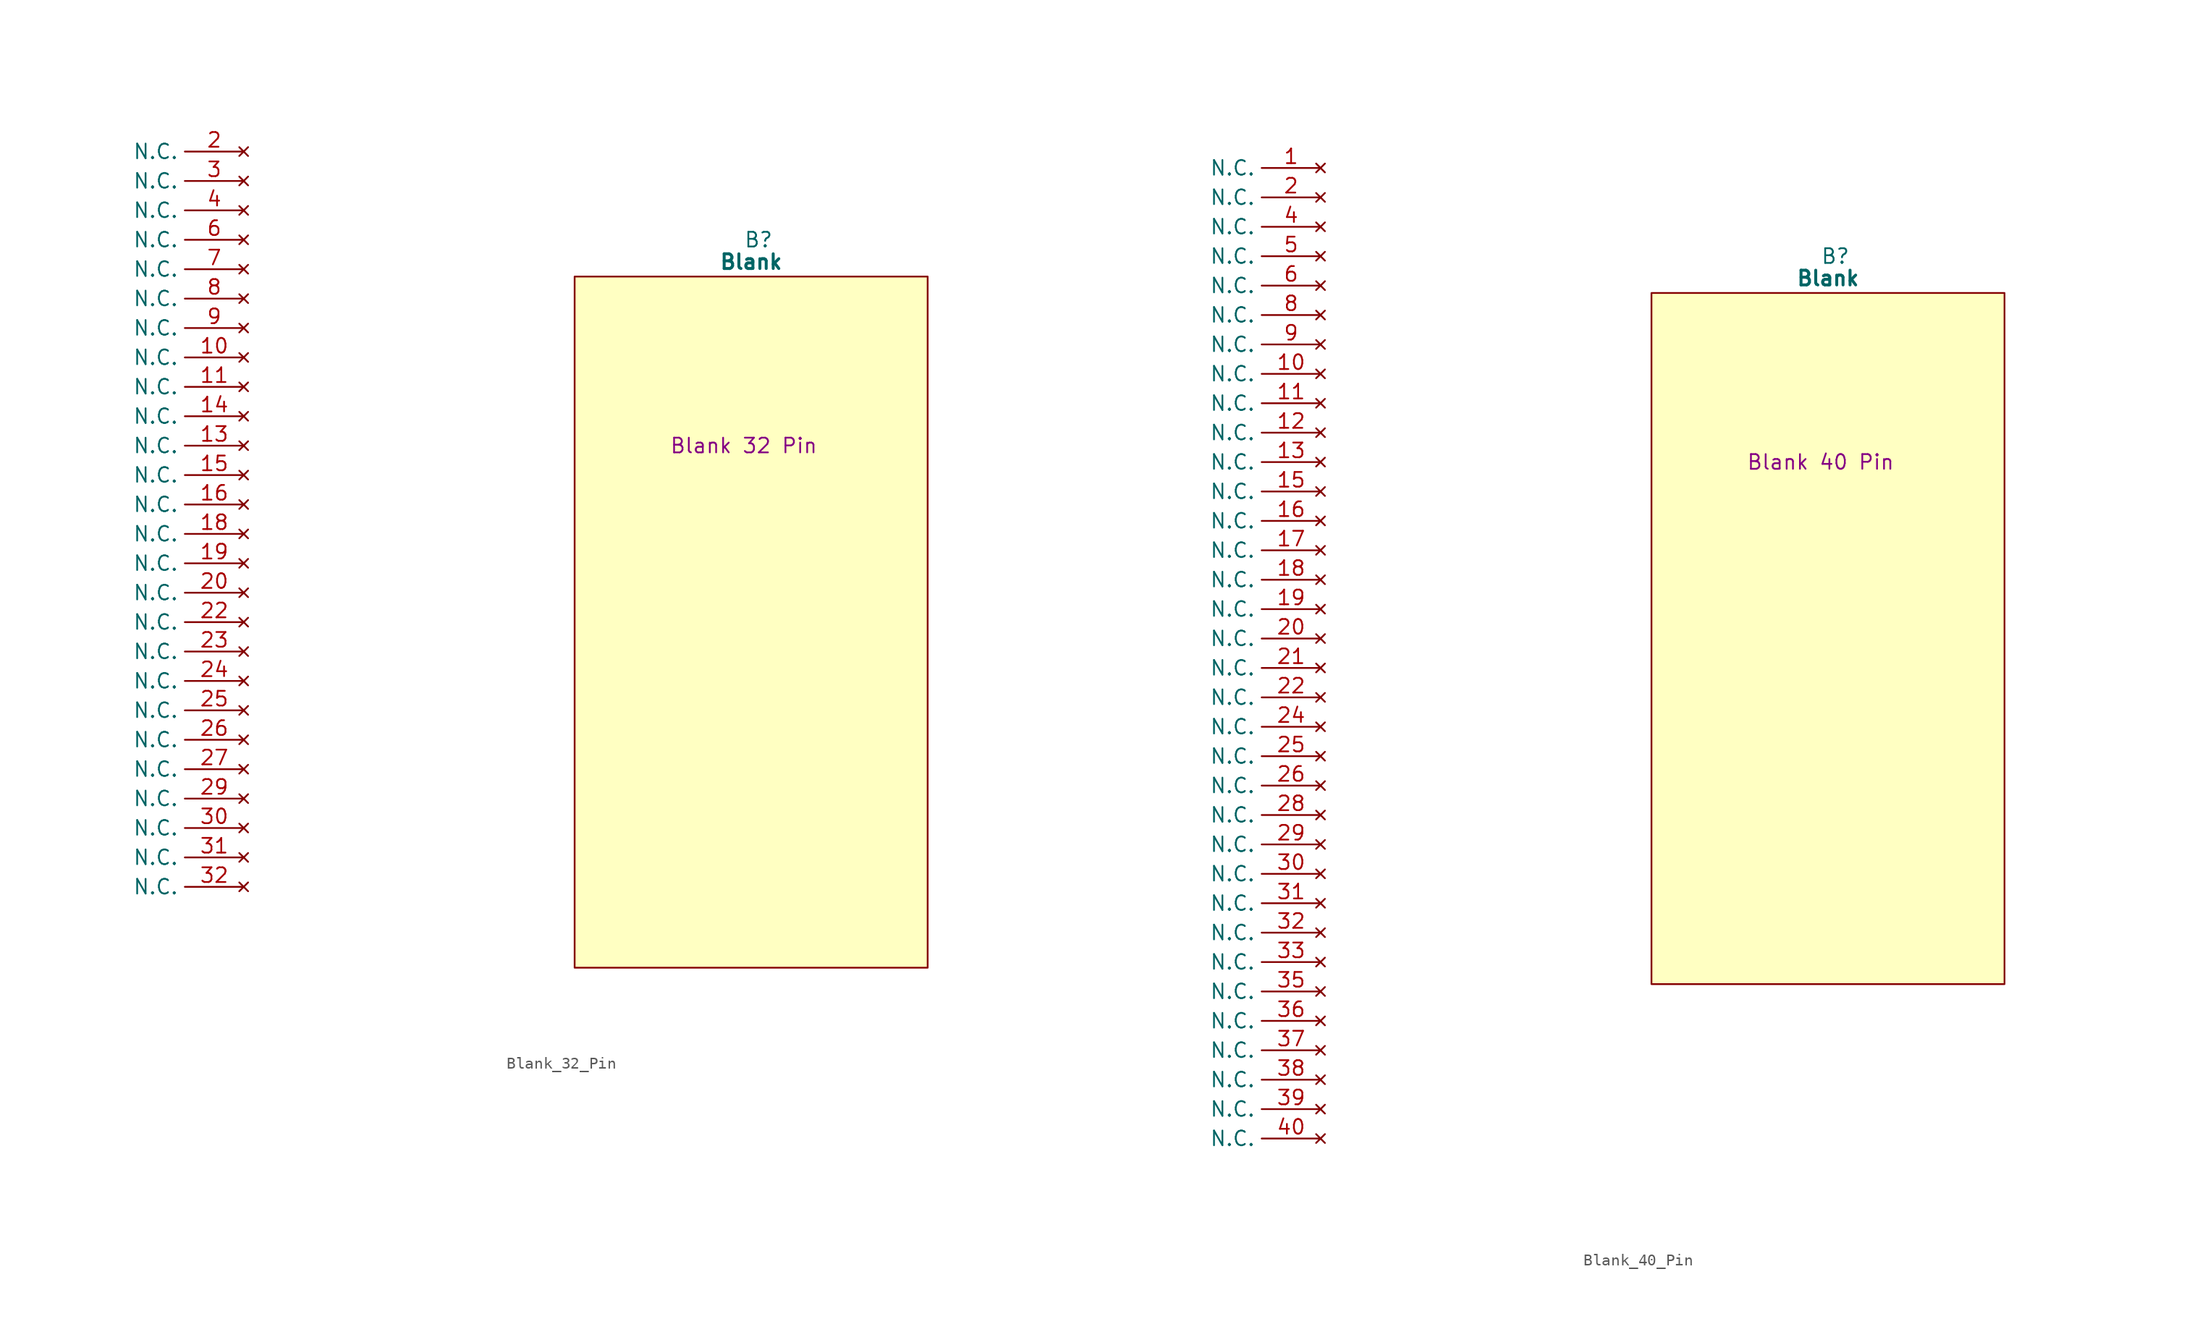
<source format=kicad_sym>
(kicad_symbol_lib
  (version 20220914)
  (generator kicad_symbol_editor)
  (symbol "Blank_32_Pin"
    (property "Reference" "B"
      (at 15.875 5.08 0)
      (effects (font (size 1.27 1.27))))
    (property "Value" "Blank"
      (at 15.24 3.175 0)
      (effects (font (size 1.27 1.27) bold)))
    (property "Description" "Blank 32 Pin"
      (at 14.605 -12.7 0)
      (effects (font (size 1.27 1.27))))
    (symbol "Blank_32_Pin_0_1"
      (polyline (pts (xy 0 1.905) (xy 30.48 1.905) (xy 30.48 -57.785) (xy 0 -57.785) (xy 0 1.905)) (stroke (width 0.152) (type default)) (fill (type background))))
    (symbol "Blank_32_Pin_1_0"
      (pin no_connect line (at -28.575 -50.8 180) (length 5.08) (name "N.C." (effects (font (size 1.27 1.27)))) (number "32" (effects (font (size 1.27 1.27))))))
    (symbol "Blank_32_Pin_1_1"
      (pin passive line (at -5.08 -53.34 0) (length 5.08) hide (name "5V" (effects (font (size 1.27 1.27)))) (number "1" (effects (font (size 1.27 1.27)))))
      (pin no_connect line (at -28.575 -5.08 180) (length 5.08) (name "N.C." (effects (font (size 1.27 1.27)))) (number "10" (effects (font (size 1.27 1.27)))))
      (pin no_connect line (at -28.575 -7.62 180) (length 5.08) (name "N.C." (effects (font (size 1.27 1.27)))) (number "11" (effects (font (size 1.27 1.27)))))
      (pin passive line (at 35.56 -2.54 180) (length 5.08) hide (name "GND" (effects (font (size 1.27 1.27)))) (number "12" (effects (font (size 1.27 1.27)))))
      (pin no_connect line (at -28.575 -12.7 180) (length 5.08) (name "N.C." (effects (font (size 1.27 1.27)))) (number "13" (effects (font (size 1.27 1.27)))))
      (pin no_connect line (at -28.575 -10.16 180) (length 5.08) (name "N.C." (effects (font (size 1.27 1.27)))) (number "14" (effects (font (size 1.27 1.27)))))
      (pin no_connect line (at -28.575 -15.24 180) (length 5.08) (name "N.C." (effects (font (size 1.27 1.27)))) (number "15" (effects (font (size 1.27 1.27)))))
      (pin no_connect line (at -28.575 -17.78 180) (length 5.08) (name "N.C." (effects (font (size 1.27 1.27)))) (number "16" (effects (font (size 1.27 1.27)))))
      (pin passive line (at -5.08 -55.88 0) (length 5.08) hide (name "5V" (effects (font (size 1.27 1.27)))) (number "17" (effects (font (size 1.27 1.27)))))
      (pin no_connect line (at -28.575 -20.32 180) (length 5.08) (name "N.C." (effects (font (size 1.27 1.27)))) (number "18" (effects (font (size 1.27 1.27)))))
      (pin no_connect line (at -28.575 -22.86 180) (length 5.08) (name "N.C." (effects (font (size 1.27 1.27)))) (number "19" (effects (font (size 1.27 1.27)))))
      (pin no_connect line (at -28.575 12.7 180) (length 5.08) (name "N.C." (effects (font (size 1.27 1.27)))) (number "2" (effects (font (size 1.27 1.27)))))
      (pin no_connect line (at -28.575 -25.4 180) (length 5.08) (name "N.C." (effects (font (size 1.27 1.27)))) (number "20" (effects (font (size 1.27 1.27)))))
      (pin passive line (at 35.56 -5.08 180) (length 5.08) hide (name "GND" (effects (font (size 1.27 1.27)))) (number "21" (effects (font (size 1.27 1.27)))))
      (pin no_connect line (at -28.575 -27.94 180) (length 5.08) (name "N.C." (effects (font (size 1.27 1.27)))) (number "22" (effects (font (size 1.27 1.27)))))
      (pin no_connect line (at -28.575 -30.48 180) (length 5.08) (name "N.C." (effects (font (size 1.27 1.27)))) (number "23" (effects (font (size 1.27 1.27)))))
      (pin no_connect line (at -28.575 -33.02 180) (length 5.08) (name "N.C." (effects (font (size 1.27 1.27)))) (number "24" (effects (font (size 1.27 1.27)))))
      (pin no_connect line (at -28.575 -35.56 180) (length 5.08) (name "N.C." (effects (font (size 1.27 1.27)))) (number "25" (effects (font (size 1.27 1.27)))))
      (pin no_connect line (at -28.575 -38.1 180) (length 5.08) (name "N.C." (effects (font (size 1.27 1.27)))) (number "26" (effects (font (size 1.27 1.27)))))
      (pin no_connect line (at -28.575 -40.64 180) (length 5.08) (name "N.C." (effects (font (size 1.27 1.27)))) (number "27" (effects (font (size 1.27 1.27)))))
      (pin passive line (at 35.56 -7.62 180) (length 5.08) hide (name "GND" (effects (font (size 1.27 1.27)))) (number "28" (effects (font (size 1.27 1.27)))))
      (pin no_connect line (at -28.575 -43.18 180) (length 5.08) (name "N.C." (effects (font (size 1.27 1.27)))) (number "29" (effects (font (size 1.27 1.27)))))
      (pin no_connect line (at -28.575 10.16 180) (length 5.08) (name "N.C." (effects (font (size 1.27 1.27)))) (number "3" (effects (font (size 1.27 1.27)))))
      (pin no_connect line (at -28.575 -45.72 180) (length 5.08) (name "N.C." (effects (font (size 1.27 1.27)))) (number "30" (effects (font (size 1.27 1.27)))))
      (pin no_connect line (at -28.575 -48.26 180) (length 5.08) (name "N.C." (effects (font (size 1.27 1.27)))) (number "31" (effects (font (size 1.27 1.27)))))
      (pin no_connect line (at -28.575 7.62 180) (length 5.08) (name "N.C." (effects (font (size 1.27 1.27)))) (number "4" (effects (font (size 1.27 1.27)))))
      (pin passive line (at 35.56 0 180) (length 5.08) hide (name "GND" (effects (font (size 1.27 1.27)))) (number "5" (effects (font (size 1.27 1.27)))))
      (pin no_connect line (at -28.575 5.08 180) (length 5.08) (name "N.C." (effects (font (size 1.27 1.27)))) (number "6" (effects (font (size 1.27 1.27)))))
      (pin no_connect line (at -28.575 2.54 180) (length 5.08) (name "N.C." (effects (font (size 1.27 1.27)))) (number "7" (effects (font (size 1.27 1.27)))))
      (pin no_connect line (at -28.575 0 180) (length 5.08) (name "N.C." (effects (font (size 1.27 1.27)))) (number "8" (effects (font (size 1.27 1.27)))))
      (pin no_connect line (at -28.575 -2.54 180) (length 5.08) (name "N.C." (effects (font (size 1.27 1.27)))) (number "9" (effects (font (size 1.27 1.27)))))))
  (symbol "Blank_40_Pin"
    (property "Reference" "B"
      (at 15.875 5.08 0)
      (effects (font (size 1.27 1.27))))
    (property "Value" "Blank"
      (at 15.24 3.175 0)
      (effects (font (size 1.27 1.27) bold)))
    (property "Description" "Blank 40 Pin"
      (at 14.605 -12.7 0)
      (effects (font (size 1.27 1.27))))
    (symbol "Blank_40_Pin_0_1"
      (polyline (pts (xy 0 1.905) (xy 30.48 1.905) (xy 30.48 -57.785) (xy 0 -57.785) (xy 0 1.905)) (stroke (width 0.152) (type default)) (fill (type background))))
    (symbol "Blank_40_Pin_1_0"
      (pin no_connect line (at -28.575 -53.34 180) (length 5.08) (name "N.C." (effects (font (size 1.27 1.27)))) (number "32" (effects (font (size 1.27 1.27)))))
      (pin no_connect line (at -28.575 -55.88 180) (length 5.08) (name "N.C." (effects (font (size 1.27 1.27)))) (number "33" (effects (font (size 1.27 1.27)))))
      (pin passive line (at 35.56 -7.62 180) (length 5.08) hide (name "GND" (effects (font (size 1.27 1.27)))) (number "34" (effects (font (size 1.27 1.27)))))
      (pin no_connect line (at -28.575 -58.42 180) (length 5.08) (name "N.C." (effects (font (size 1.27 1.27)))) (number "35" (effects (font (size 1.27 1.27)))))
      (pin no_connect line (at -28.575 -60.96 180) (length 5.08) (name "N.C." (effects (font (size 1.27 1.27)))) (number "36" (effects (font (size 1.27 1.27)))))
      (pin no_connect line (at -28.575 -63.5 180) (length 5.08) (name "N.C." (effects (font (size 1.27 1.27)))) (number "37" (effects (font (size 1.27 1.27)))))
      (pin no_connect line (at -28.575 -66.04 180) (length 5.08) (name "N.C." (effects (font (size 1.27 1.27)))) (number "38" (effects (font (size 1.27 1.27)))))
      (pin no_connect line (at -28.575 -68.58 180) (length 5.08) (name "N.C." (effects (font (size 1.27 1.27)))) (number "39" (effects (font (size 1.27 1.27))))))
    (symbol "Blank_40_Pin_1_1"
      (pin no_connect line (at -28.575 12.7 180) (length 5.08) (name "N.C." (effects (font (size 1.27 1.27)))) (number "1" (effects (font (size 1.27 1.27)))))
      (pin no_connect line (at -28.575 -5.08 180) (length 5.08) (name "N.C." (effects (font (size 1.27 1.27)))) (number "10" (effects (font (size 1.27 1.27)))))
      (pin no_connect line (at -28.575 -7.62 180) (length 5.08) (name "N.C." (effects (font (size 1.27 1.27)))) (number "11" (effects (font (size 1.27 1.27)))))
      (pin no_connect line (at -28.575 -10.16 180) (length 5.08) (name "N.C." (effects (font (size 1.27 1.27)))) (number "12" (effects (font (size 1.27 1.27)))))
      (pin no_connect line (at -28.575 -12.7 180) (length 5.08) (name "N.C." (effects (font (size 1.27 1.27)))) (number "13" (effects (font (size 1.27 1.27)))))
      (pin passive line (at 35.56 -2.54 180) (length 5.08) hide (name "GND" (effects (font (size 1.27 1.27)))) (number "14" (effects (font (size 1.27 1.27)))))
      (pin no_connect line (at -28.575 -15.24 180) (length 5.08) (name "N.C." (effects (font (size 1.27 1.27)))) (number "15" (effects (font (size 1.27 1.27)))))
      (pin no_connect line (at -28.575 -17.78 180) (length 5.08) (name "N.C." (effects (font (size 1.27 1.27)))) (number "16" (effects (font (size 1.27 1.27)))))
      (pin no_connect line (at -28.575 -20.32 180) (length 5.08) (name "N.C." (effects (font (size 1.27 1.27)))) (number "17" (effects (font (size 1.27 1.27)))))
      (pin no_connect line (at -28.575 -22.86 180) (length 5.08) (name "N.C." (effects (font (size 1.27 1.27)))) (number "18" (effects (font (size 1.27 1.27)))))
      (pin no_connect line (at -28.575 -25.4 180) (length 5.08) (name "N.C." (effects (font (size 1.27 1.27)))) (number "19" (effects (font (size 1.27 1.27)))))
      (pin no_connect line (at -28.575 10.16 180) (length 5.08) (name "N.C." (effects (font (size 1.27 1.27)))) (number "2" (effects (font (size 1.27 1.27)))))
      (pin no_connect line (at -28.575 -27.94 180) (length 5.08) (name "N.C." (effects (font (size 1.27 1.27)))) (number "20" (effects (font (size 1.27 1.27)))))
      (pin no_connect line (at -28.575 -30.48 180) (length 5.08) (name "N.C." (effects (font (size 1.27 1.27)))) (number "21" (effects (font (size 1.27 1.27)))))
      (pin no_connect line (at -28.575 -33.02 180) (length 5.08) (name "N.C." (effects (font (size 1.27 1.27)))) (number "22" (effects (font (size 1.27 1.27)))))
      (pin passive line (at -5.08 -55.88 0) (length 5.08) hide (name "5V" (effects (font (size 1.27 1.27)))) (number "23" (effects (font (size 1.27 1.27)))))
      (pin no_connect line (at -28.575 -35.56 180) (length 5.08) (name "N.C." (effects (font (size 1.27 1.27)))) (number "24" (effects (font (size 1.27 1.27)))))
      (pin no_connect line (at -28.575 -38.1 180) (length 5.08) (name "N.C." (effects (font (size 1.27 1.27)))) (number "25" (effects (font (size 1.27 1.27)))))
      (pin no_connect line (at -28.575 -40.64 180) (length 5.08) (name "N.C." (effects (font (size 1.27 1.27)))) (number "26" (effects (font (size 1.27 1.27)))))
      (pin passive line (at 35.56 -5.08 180) (length 5.08) hide (name "GND" (effects (font (size 1.27 1.27)))) (number "27" (effects (font (size 1.27 1.27)))))
      (pin no_connect line (at -28.575 -43.18 180) (length 5.08) (name "N.C." (effects (font (size 1.27 1.27)))) (number "28" (effects (font (size 1.27 1.27)))))
      (pin no_connect line (at -28.575 -45.72 180) (length 5.08) (name "N.C." (effects (font (size 1.27 1.27)))) (number "29" (effects (font (size 1.27 1.27)))))
      (pin passive line (at -5.08 -53.34 0) (length 5.08) hide (name "5V" (effects (font (size 1.27 1.27)))) (number "3" (effects (font (size 1.27 1.27)))))
      (pin no_connect line (at -28.575 -48.26 180) (length 5.08) (name "N.C." (effects (font (size 1.27 1.27)))) (number "30" (effects (font (size 1.27 1.27)))))
      (pin no_connect line (at -28.575 -50.8 180) (length 5.08) (name "N.C." (effects (font (size 1.27 1.27)))) (number "31" (effects (font (size 1.27 1.27)))))
      (pin no_connect line (at -28.575 7.62 180) (length 5.08) (name "N.C." (effects (font (size 1.27 1.27)))) (number "4" (effects (font (size 1.27 1.27)))))
      (pin no_connect line (at -28.575 -71.12 180) (length 5.08) (name "N.C." (effects (font (size 1.27 1.27)))) (number "40" (effects (font (size 1.27 1.27)))))
      (pin no_connect line (at -28.575 5.08 180) (length 5.08) (name "N.C." (effects (font (size 1.27 1.27)))) (number "5" (effects (font (size 1.27 1.27)))))
      (pin no_connect line (at -28.575 2.54 180) (length 5.08) (name "N.C." (effects (font (size 1.27 1.27)))) (number "6" (effects (font (size 1.27 1.27)))))
      (pin passive line (at 35.56 0 180) (length 5.08) hide (name "GND" (effects (font (size 1.27 1.27)))) (number "7" (effects (font (size 1.27 1.27)))))
      (pin no_connect line (at -28.575 0 180) (length 5.08) (name "N.C." (effects (font (size 1.27 1.27)))) (number "8" (effects (font (size 1.27 1.27)))))
      (pin no_connect line (at -28.575 -2.54 180) (length 5.08) (name "N.C." (effects (font (size 1.27 1.27)))) (number "9" (effects (font (size 1.27 1.27))))))))
</source>
